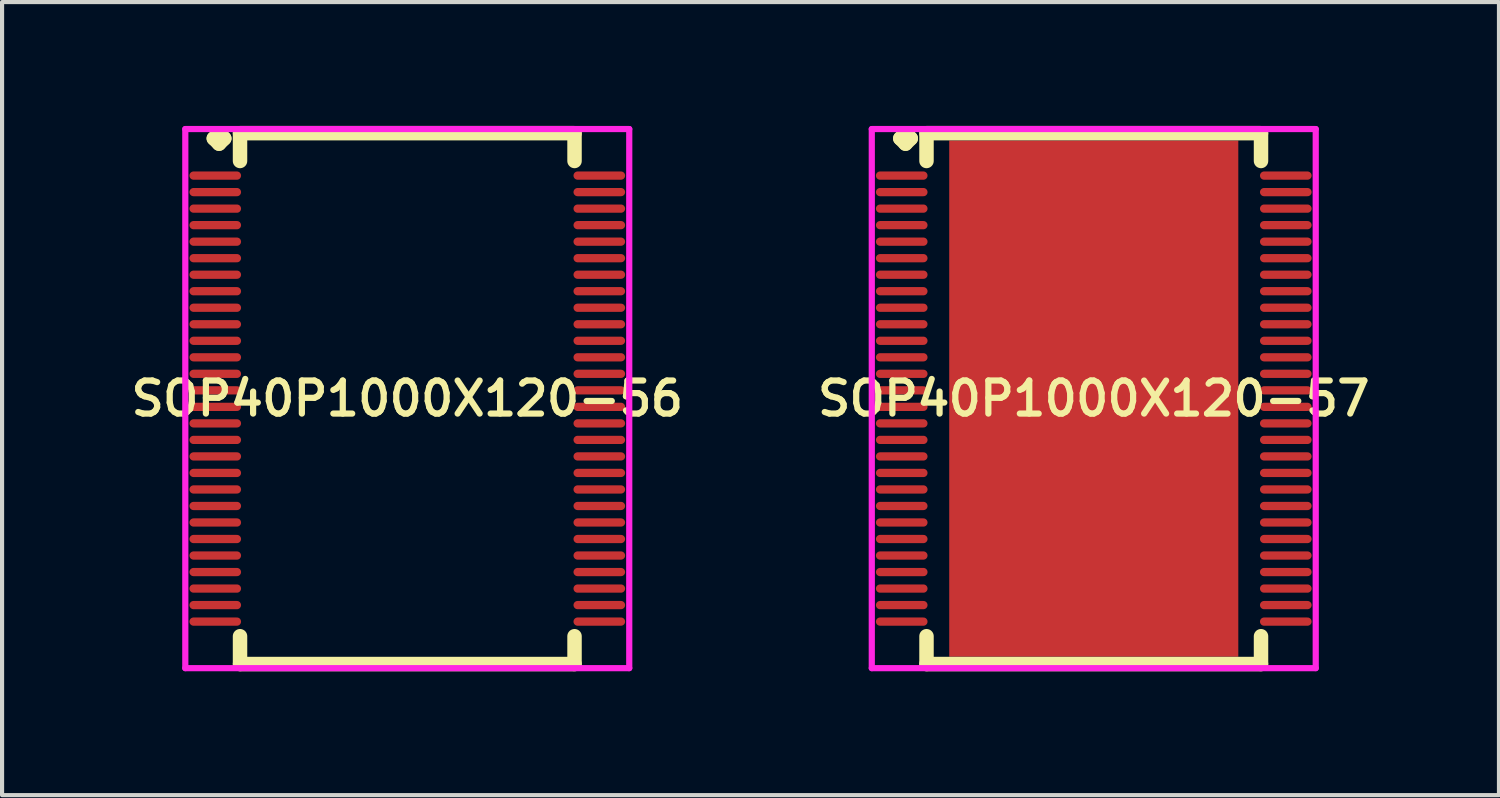
<source format=kicad_pcb>
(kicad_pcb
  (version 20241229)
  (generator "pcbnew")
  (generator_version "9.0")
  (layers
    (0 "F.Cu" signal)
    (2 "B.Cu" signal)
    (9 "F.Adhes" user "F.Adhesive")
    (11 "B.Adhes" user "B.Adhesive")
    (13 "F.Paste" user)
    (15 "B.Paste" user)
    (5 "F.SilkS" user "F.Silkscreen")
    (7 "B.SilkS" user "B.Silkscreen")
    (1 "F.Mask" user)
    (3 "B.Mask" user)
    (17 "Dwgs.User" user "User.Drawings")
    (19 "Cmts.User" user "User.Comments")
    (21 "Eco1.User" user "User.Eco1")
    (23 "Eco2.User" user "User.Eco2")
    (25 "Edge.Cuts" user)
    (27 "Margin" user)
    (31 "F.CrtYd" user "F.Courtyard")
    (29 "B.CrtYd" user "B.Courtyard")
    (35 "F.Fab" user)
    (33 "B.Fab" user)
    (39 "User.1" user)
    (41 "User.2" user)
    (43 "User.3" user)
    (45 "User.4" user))
  (footprint "SOP40P1000X120-56"
    (layer "F.Cu")
    (at 6.812 6.602)
    (property "Reference" "SOP40P1000X120-56" (at 0 0 0) (layer "F.SilkS") (effects (font (size 0.8 0.8) (thickness 0.15))))
    (attr smd)
    (fp_line (start -4.685 -6.3) (end -4.558 -6.427) (stroke (width 0.35) (type solid)) (layer "F.SilkS"))
    (fp_line (start -4.558 -6.427) (end -4.431 -6.3) (stroke (width 0.35) (type solid)) (layer "F.SilkS"))
    (fp_line (start -4.558 -6.173) (end -4.685 -6.3) (stroke (width 0.35) (type solid)) (layer "F.SilkS"))
    (fp_line (start -4.431 -6.3) (end -4.558 -6.173) (stroke (width 0.35) (type solid)) (layer "F.SilkS"))
    (fp_line (start -4.05 -6.427) (end 4.05 -6.427) (stroke (width 0.35) (type solid)) (layer "F.SilkS"))
    (fp_line (start -4.05 -5.754) (end -4.05 -6.427) (stroke (width 0.35) (type solid)) (layer "F.SilkS"))
    (fp_line (start -4.05 5.754) (end -4.05 6.427) (stroke (width 0.35) (type solid)) (layer "F.SilkS"))
    (fp_line (start -4.05 6.427) (end 4.05 6.427) (stroke (width 0.35) (type solid)) (layer "F.SilkS"))
    (fp_line (start 4.05 -6.427) (end 4.05 -5.754) (stroke (width 0.35) (type solid)) (layer "F.SilkS"))
    (fp_line (start 4.05 6.427) (end 4.05 5.754) (stroke (width 0.35) (type solid)) (layer "F.SilkS"))
    (fp_line (start -5.375 -6.527) (end 5.375 -6.527) (stroke (width 0.15) (type solid)) (layer "F.CrtYd"))
    (fp_line (start -5.375 6.527) (end -5.375 -6.527) (stroke (width 0.15) (type solid)) (layer "F.CrtYd"))
    (fp_line (start 5.375 -6.527) (end 5.375 6.527) (stroke (width 0.15) (type solid)) (layer "F.CrtYd"))
    (fp_line (start 5.375 6.527) (end -5.375 6.527) (stroke (width 0.15) (type solid)) (layer "F.CrtYd"))
    (pad "1" smd oval (at -4.65 -5.4) (size 1.25 0.2) (layers "F.Cu" "F.Mask" "F.Paste"))
    (pad "2" smd oval (at -4.65 -5) (size 1.25 0.2) (layers "F.Cu" "F.Mask" "F.Paste"))
    (pad "3" smd oval (at -4.65 -4.6) (size 1.25 0.2) (layers "F.Cu" "F.Mask" "F.Paste"))
    (pad "4" smd oval (at -4.65 -4.2) (size 1.25 0.2) (layers "F.Cu" "F.Mask" "F.Paste"))
    (pad "5" smd oval (at -4.65 -3.8) (size 1.25 0.2) (layers "F.Cu" "F.Mask" "F.Paste"))
    (pad "6" smd oval (at -4.65 -3.4) (size 1.25 0.2) (layers "F.Cu" "F.Mask" "F.Paste"))
    (pad "7" smd oval (at -4.65 -3) (size 1.25 0.2) (layers "F.Cu" "F.Mask" "F.Paste"))
    (pad "8" smd oval (at -4.65 -2.6) (size 1.25 0.2) (layers "F.Cu" "F.Mask" "F.Paste"))
    (pad "9" smd oval (at -4.65 -2.2) (size 1.25 0.2) (layers "F.Cu" "F.Mask" "F.Paste"))
    (pad "10" smd oval (at -4.65 -1.8) (size 1.25 0.2) (layers "F.Cu" "F.Mask" "F.Paste"))
    (pad "11" smd oval (at -4.65 -1.4) (size 1.25 0.2) (layers "F.Cu" "F.Mask" "F.Paste"))
    (pad "12" smd oval (at -4.65 -1) (size 1.25 0.2) (layers "F.Cu" "F.Mask" "F.Paste"))
    (pad "13" smd oval (at -4.65 -0.6) (size 1.25 0.2) (layers "F.Cu" "F.Mask" "F.Paste"))
    (pad "14" smd oval (at -4.65 -0.2) (size 1.25 0.2) (layers "F.Cu" "F.Mask" "F.Paste"))
    (pad "15" smd oval (at -4.65 0.2) (size 1.25 0.2) (layers "F.Cu" "F.Mask" "F.Paste"))
    (pad "16" smd oval (at -4.65 0.6) (size 1.25 0.2) (layers "F.Cu" "F.Mask" "F.Paste"))
    (pad "17" smd oval (at -4.65 1) (size 1.25 0.2) (layers "F.Cu" "F.Mask" "F.Paste"))
    (pad "18" smd oval (at -4.65 1.4) (size 1.25 0.2) (layers "F.Cu" "F.Mask" "F.Paste"))
    (pad "19" smd oval (at -4.65 1.8) (size 1.25 0.2) (layers "F.Cu" "F.Mask" "F.Paste"))
    (pad "20" smd oval (at -4.65 2.2) (size 1.25 0.2) (layers "F.Cu" "F.Mask" "F.Paste"))
    (pad "21" smd oval (at -4.65 2.6) (size 1.25 0.2) (layers "F.Cu" "F.Mask" "F.Paste"))
    (pad "22" smd oval (at -4.65 3) (size 1.25 0.2) (layers "F.Cu" "F.Mask" "F.Paste"))
    (pad "23" smd oval (at -4.65 3.4) (size 1.25 0.2) (layers "F.Cu" "F.Mask" "F.Paste"))
    (pad "24" smd oval (at -4.65 3.8) (size 1.25 0.2) (layers "F.Cu" "F.Mask" "F.Paste"))
    (pad "25" smd oval (at -4.65 4.2) (size 1.25 0.2) (layers "F.Cu" "F.Mask" "F.Paste"))
    (pad "26" smd oval (at -4.65 4.6) (size 1.25 0.2) (layers "F.Cu" "F.Mask" "F.Paste"))
    (pad "27" smd oval (at -4.65 5) (size 1.25 0.2) (layers "F.Cu" "F.Mask" "F.Paste"))
    (pad "28" smd oval (at -4.65 5.4) (size 1.25 0.2) (layers "F.Cu" "F.Mask" "F.Paste"))
    (pad "29" smd oval (at 4.65 5.4) (size 1.25 0.2) (layers "F.Cu" "F.Mask" "F.Paste"))
    (pad "30" smd oval (at 4.65 5) (size 1.25 0.2) (layers "F.Cu" "F.Mask" "F.Paste"))
    (pad "31" smd oval (at 4.65 4.6) (size 1.25 0.2) (layers "F.Cu" "F.Mask" "F.Paste"))
    (pad "32" smd oval (at 4.65 4.2) (size 1.25 0.2) (layers "F.Cu" "F.Mask" "F.Paste"))
    (pad "33" smd oval (at 4.65 3.8) (size 1.25 0.2) (layers "F.Cu" "F.Mask" "F.Paste"))
    (pad "34" smd oval (at 4.65 3.4) (size 1.25 0.2) (layers "F.Cu" "F.Mask" "F.Paste"))
    (pad "35" smd oval (at 4.65 3) (size 1.25 0.2) (layers "F.Cu" "F.Mask" "F.Paste"))
    (pad "36" smd oval (at 4.65 2.6) (size 1.25 0.2) (layers "F.Cu" "F.Mask" "F.Paste"))
    (pad "37" smd oval (at 4.65 2.2) (size 1.25 0.2) (layers "F.Cu" "F.Mask" "F.Paste"))
    (pad "38" smd oval (at 4.65 1.8) (size 1.25 0.2) (layers "F.Cu" "F.Mask" "F.Paste"))
    (pad "39" smd oval (at 4.65 1.4) (size 1.25 0.2) (layers "F.Cu" "F.Mask" "F.Paste"))
    (pad "40" smd oval (at 4.65 1) (size 1.25 0.2) (layers "F.Cu" "F.Mask" "F.Paste"))
    (pad "41" smd oval (at 4.65 0.6) (size 1.25 0.2) (layers "F.Cu" "F.Mask" "F.Paste"))
    (pad "42" smd oval (at 4.65 0.2) (size 1.25 0.2) (layers "F.Cu" "F.Mask" "F.Paste"))
    (pad "43" smd oval (at 4.65 -0.2) (size 1.25 0.2) (layers "F.Cu" "F.Mask" "F.Paste"))
    (pad "44" smd oval (at 4.65 -0.6) (size 1.25 0.2) (layers "F.Cu" "F.Mask" "F.Paste"))
    (pad "45" smd oval (at 4.65 -1) (size 1.25 0.2) (layers "F.Cu" "F.Mask" "F.Paste"))
    (pad "46" smd oval (at 4.65 -1.4) (size 1.25 0.2) (layers "F.Cu" "F.Mask" "F.Paste"))
    (pad "47" smd oval (at 4.65 -1.8) (size 1.25 0.2) (layers "F.Cu" "F.Mask" "F.Paste"))
    (pad "48" smd oval (at 4.65 -2.2) (size 1.25 0.2) (layers "F.Cu" "F.Mask" "F.Paste"))
    (pad "49" smd oval (at 4.65 -2.6) (size 1.25 0.2) (layers "F.Cu" "F.Mask" "F.Paste"))
    (pad "50" smd oval (at 4.65 -3) (size 1.25 0.2) (layers "F.Cu" "F.Mask" "F.Paste"))
    (pad "51" smd oval (at 4.65 -3.4) (size 1.25 0.2) (layers "F.Cu" "F.Mask" "F.Paste"))
    (pad "52" smd oval (at 4.65 -3.8) (size 1.25 0.2) (layers "F.Cu" "F.Mask" "F.Paste"))
    (pad "53" smd oval (at 4.65 -4.2) (size 1.25 0.2) (layers "F.Cu" "F.Mask" "F.Paste"))
    (pad "54" smd oval (at 4.65 -4.6) (size 1.25 0.2) (layers "F.Cu" "F.Mask" "F.Paste"))
    (pad "55" smd oval (at 4.65 -5) (size 1.25 0.2) (layers "F.Cu" "F.Mask" "F.Paste"))
    (pad "56" smd oval (at 4.65 -5.4) (size 1.25 0.2) (layers "F.Cu" "F.Mask" "F.Paste")))
  (footprint "SOP40P1000X120-57"
    (layer "F.Cu")
    (at 23.435 6.602)
    (property "Reference" "SOP40P1000X120-57" (at 0 0 0) (layer "F.SilkS") (effects (font (size 0.8 0.8) (thickness 0.15))))
    (attr smd)
    (fp_line (start -4.685 -6.3) (end -4.558 -6.427) (stroke (width 0.35) (type solid)) (layer "F.SilkS"))
    (fp_line (start -4.558 -6.427) (end -4.431 -6.3) (stroke (width 0.35) (type solid)) (layer "F.SilkS"))
    (fp_line (start -4.558 -6.173) (end -4.685 -6.3) (stroke (width 0.35) (type solid)) (layer "F.SilkS"))
    (fp_line (start -4.431 -6.3) (end -4.558 -6.173) (stroke (width 0.35) (type solid)) (layer "F.SilkS"))
    (fp_line (start -4.05 -6.427) (end 4.05 -6.427) (stroke (width 0.35) (type solid)) (layer "F.SilkS"))
    (fp_line (start -4.05 -5.754) (end -4.05 -6.427) (stroke (width 0.35) (type solid)) (layer "F.SilkS"))
    (fp_line (start -4.05 5.754) (end -4.05 6.427) (stroke (width 0.35) (type solid)) (layer "F.SilkS"))
    (fp_line (start -4.05 6.427) (end 4.05 6.427) (stroke (width 0.35) (type solid)) (layer "F.SilkS"))
    (fp_line (start 4.05 -6.427) (end 4.05 -5.754) (stroke (width 0.35) (type solid)) (layer "F.SilkS"))
    (fp_line (start 4.05 6.427) (end 4.05 5.754) (stroke (width 0.35) (type solid)) (layer "F.SilkS"))
    (fp_line (start -5.375 -6.527) (end 5.375 -6.527) (stroke (width 0.15) (type solid)) (layer "F.CrtYd"))
    (fp_line (start -5.375 6.527) (end -5.375 -6.527) (stroke (width 0.15) (type solid)) (layer "F.CrtYd"))
    (fp_line (start 5.375 -6.527) (end 5.375 6.527) (stroke (width 0.15) (type solid)) (layer "F.CrtYd"))
    (fp_line (start 5.375 6.527) (end -5.375 6.527) (stroke (width 0.15) (type solid)) (layer "F.CrtYd"))
    (pad "1" smd oval (at -4.65 -5.4) (size 1.25 0.2) (layers "F.Cu" "F.Mask" "F.Paste"))
    (pad "2" smd oval (at -4.65 -5) (size 1.25 0.2) (layers "F.Cu" "F.Mask" "F.Paste"))
    (pad "3" smd oval (at -4.65 -4.6) (size 1.25 0.2) (layers "F.Cu" "F.Mask" "F.Paste"))
    (pad "4" smd oval (at -4.65 -4.2) (size 1.25 0.2) (layers "F.Cu" "F.Mask" "F.Paste"))
    (pad "5" smd oval (at -4.65 -3.8) (size 1.25 0.2) (layers "F.Cu" "F.Mask" "F.Paste"))
    (pad "6" smd oval (at -4.65 -3.4) (size 1.25 0.2) (layers "F.Cu" "F.Mask" "F.Paste"))
    (pad "7" smd oval (at -4.65 -3) (size 1.25 0.2) (layers "F.Cu" "F.Mask" "F.Paste"))
    (pad "8" smd oval (at -4.65 -2.6) (size 1.25 0.2) (layers "F.Cu" "F.Mask" "F.Paste"))
    (pad "9" smd oval (at -4.65 -2.2) (size 1.25 0.2) (layers "F.Cu" "F.Mask" "F.Paste"))
    (pad "10" smd oval (at -4.65 -1.8) (size 1.25 0.2) (layers "F.Cu" "F.Mask" "F.Paste"))
    (pad "11" smd oval (at -4.65 -1.4) (size 1.25 0.2) (layers "F.Cu" "F.Mask" "F.Paste"))
    (pad "12" smd oval (at -4.65 -1) (size 1.25 0.2) (layers "F.Cu" "F.Mask" "F.Paste"))
    (pad "13" smd oval (at -4.65 -0.6) (size 1.25 0.2) (layers "F.Cu" "F.Mask" "F.Paste"))
    (pad "14" smd oval (at -4.65 -0.2) (size 1.25 0.2) (layers "F.Cu" "F.Mask" "F.Paste"))
    (pad "15" smd oval (at -4.65 0.2) (size 1.25 0.2) (layers "F.Cu" "F.Mask" "F.Paste"))
    (pad "16" smd oval (at -4.65 0.6) (size 1.25 0.2) (layers "F.Cu" "F.Mask" "F.Paste"))
    (pad "17" smd oval (at -4.65 1) (size 1.25 0.2) (layers "F.Cu" "F.Mask" "F.Paste"))
    (pad "18" smd oval (at -4.65 1.4) (size 1.25 0.2) (layers "F.Cu" "F.Mask" "F.Paste"))
    (pad "19" smd oval (at -4.65 1.8) (size 1.25 0.2) (layers "F.Cu" "F.Mask" "F.Paste"))
    (pad "20" smd oval (at -4.65 2.2) (size 1.25 0.2) (layers "F.Cu" "F.Mask" "F.Paste"))
    (pad "21" smd oval (at -4.65 2.6) (size 1.25 0.2) (layers "F.Cu" "F.Mask" "F.Paste"))
    (pad "22" smd oval (at -4.65 3) (size 1.25 0.2) (layers "F.Cu" "F.Mask" "F.Paste"))
    (pad "23" smd oval (at -4.65 3.4) (size 1.25 0.2) (layers "F.Cu" "F.Mask" "F.Paste"))
    (pad "24" smd oval (at -4.65 3.8) (size 1.25 0.2) (layers "F.Cu" "F.Mask" "F.Paste"))
    (pad "25" smd oval (at -4.65 4.2) (size 1.25 0.2) (layers "F.Cu" "F.Mask" "F.Paste"))
    (pad "26" smd oval (at -4.65 4.6) (size 1.25 0.2) (layers "F.Cu" "F.Mask" "F.Paste"))
    (pad "27" smd oval (at -4.65 5) (size 1.25 0.2) (layers "F.Cu" "F.Mask" "F.Paste"))
    (pad "28" smd oval (at -4.65 5.4) (size 1.25 0.2) (layers "F.Cu" "F.Mask" "F.Paste"))
    (pad "29" smd oval (at 4.65 5.4) (size 1.25 0.2) (layers "F.Cu" "F.Mask" "F.Paste"))
    (pad "30" smd oval (at 4.65 5) (size 1.25 0.2) (layers "F.Cu" "F.Mask" "F.Paste"))
    (pad "31" smd oval (at 4.65 4.6) (size 1.25 0.2) (layers "F.Cu" "F.Mask" "F.Paste"))
    (pad "32" smd oval (at 4.65 4.2) (size 1.25 0.2) (layers "F.Cu" "F.Mask" "F.Paste"))
    (pad "33" smd oval (at 4.65 3.8) (size 1.25 0.2) (layers "F.Cu" "F.Mask" "F.Paste"))
    (pad "34" smd oval (at 4.65 3.4) (size 1.25 0.2) (layers "F.Cu" "F.Mask" "F.Paste"))
    (pad "35" smd oval (at 4.65 3) (size 1.25 0.2) (layers "F.Cu" "F.Mask" "F.Paste"))
    (pad "36" smd oval (at 4.65 2.6) (size 1.25 0.2) (layers "F.Cu" "F.Mask" "F.Paste"))
    (pad "37" smd oval (at 4.65 2.2) (size 1.25 0.2) (layers "F.Cu" "F.Mask" "F.Paste"))
    (pad "38" smd oval (at 4.65 1.8) (size 1.25 0.2) (layers "F.Cu" "F.Mask" "F.Paste"))
    (pad "39" smd oval (at 4.65 1.4) (size 1.25 0.2) (layers "F.Cu" "F.Mask" "F.Paste"))
    (pad "40" smd oval (at 4.65 1) (size 1.25 0.2) (layers "F.Cu" "F.Mask" "F.Paste"))
    (pad "41" smd oval (at 4.65 0.6) (size 1.25 0.2) (layers "F.Cu" "F.Mask" "F.Paste"))
    (pad "42" smd oval (at 4.65 0.2) (size 1.25 0.2) (layers "F.Cu" "F.Mask" "F.Paste"))
    (pad "43" smd oval (at 4.65 -0.2) (size 1.25 0.2) (layers "F.Cu" "F.Mask" "F.Paste"))
    (pad "44" smd oval (at 4.65 -0.6) (size 1.25 0.2) (layers "F.Cu" "F.Mask" "F.Paste"))
    (pad "45" smd oval (at 4.65 -1) (size 1.25 0.2) (layers "F.Cu" "F.Mask" "F.Paste"))
    (pad "46" smd oval (at 4.65 -1.4) (size 1.25 0.2) (layers "F.Cu" "F.Mask" "F.Paste"))
    (pad "47" smd oval (at 4.65 -1.8) (size 1.25 0.2) (layers "F.Cu" "F.Mask" "F.Paste"))
    (pad "48" smd oval (at 4.65 -2.2) (size 1.25 0.2) (layers "F.Cu" "F.Mask" "F.Paste"))
    (pad "49" smd oval (at 4.65 -2.6) (size 1.25 0.2) (layers "F.Cu" "F.Mask" "F.Paste"))
    (pad "50" smd oval (at 4.65 -3) (size 1.25 0.2) (layers "F.Cu" "F.Mask" "F.Paste"))
    (pad "51" smd oval (at 4.65 -3.4) (size 1.25 0.2) (layers "F.Cu" "F.Mask" "F.Paste"))
    (pad "52" smd oval (at 4.65 -3.8) (size 1.25 0.2) (layers "F.Cu" "F.Mask" "F.Paste"))
    (pad "53" smd oval (at 4.65 -4.2) (size 1.25 0.2) (layers "F.Cu" "F.Mask" "F.Paste"))
    (pad "54" smd oval (at 4.65 -4.6) (size 1.25 0.2) (layers "F.Cu" "F.Mask" "F.Paste"))
    (pad "55" smd oval (at 4.65 -5) (size 1.25 0.2) (layers "F.Cu" "F.Mask" "F.Paste"))
    (pad "56" smd oval (at 4.65 -5.4) (size 1.25 0.2) (layers "F.Cu" "F.Mask" "F.Paste"))
    (pad "57" smd rect (at 0 0) (size 7 12.5) (layers "F.Cu" "F.Mask" "F.Paste")))
  (gr_rect
    (start -3 -3)
    (end 33.247 16.204)
    (stroke (width 0.1) (type default))
    (fill no)
    (layer "Edge.Cuts")))
</source>
